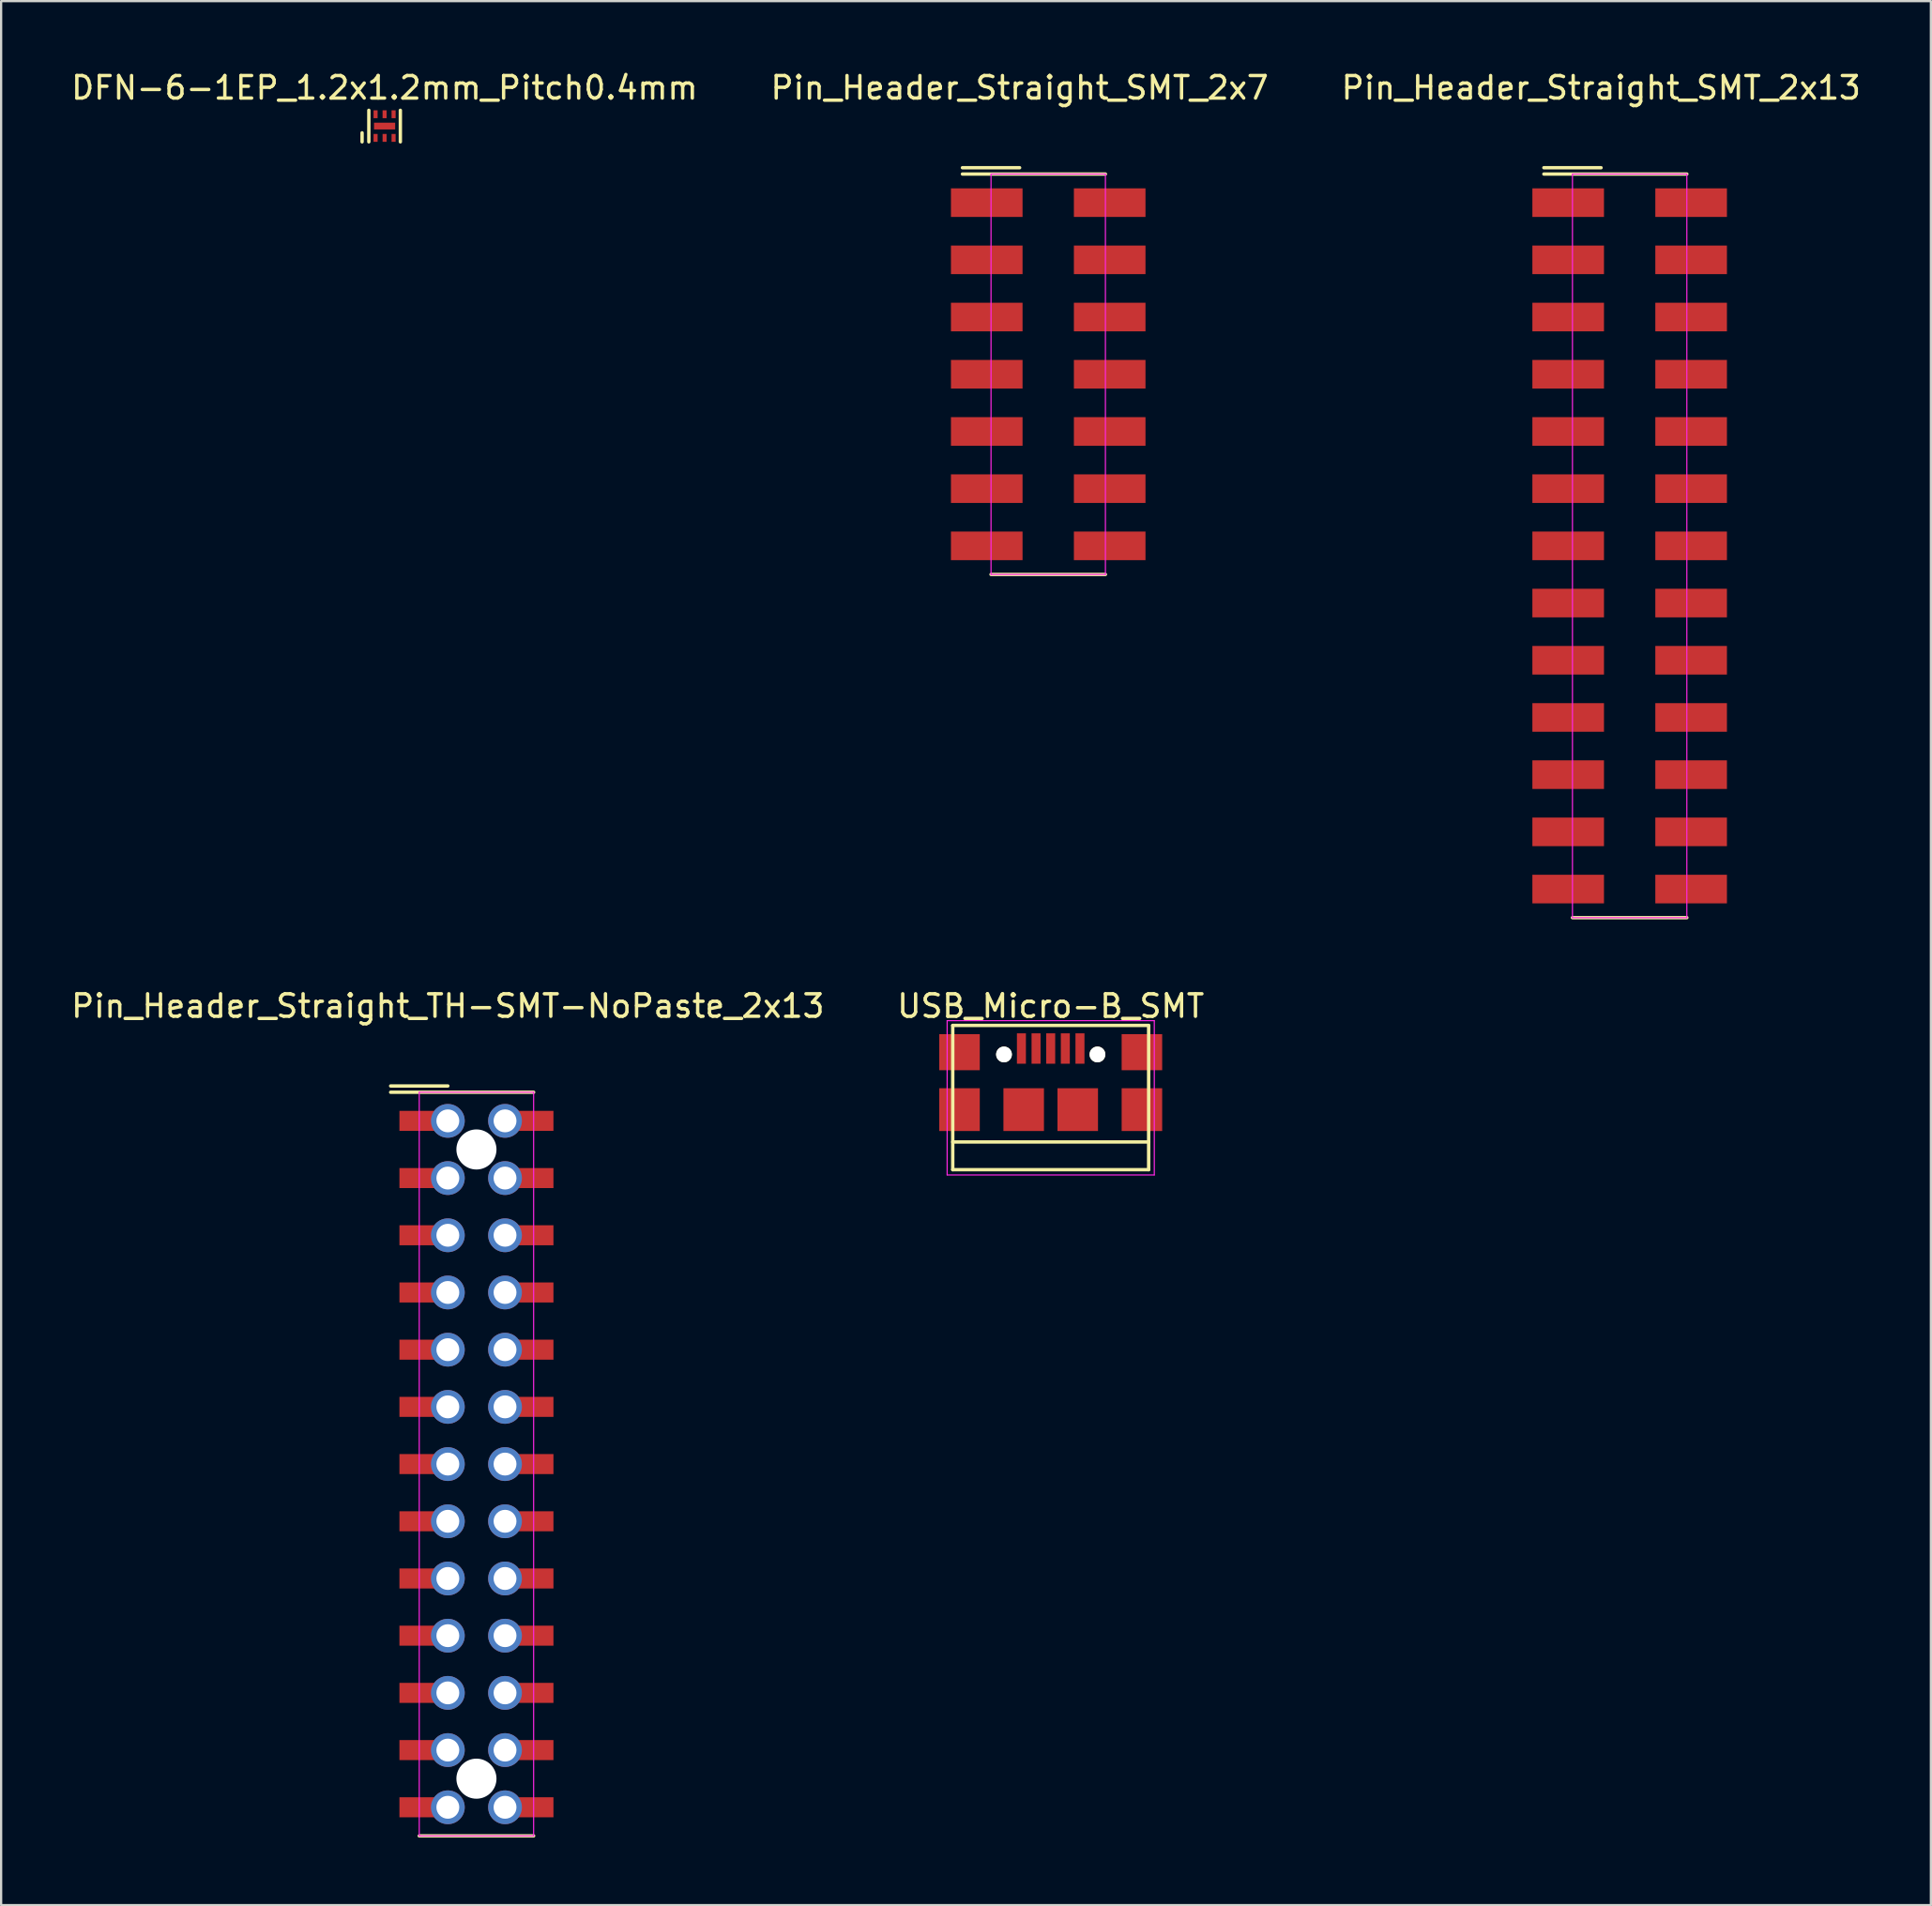
<source format=kicad_pcb>
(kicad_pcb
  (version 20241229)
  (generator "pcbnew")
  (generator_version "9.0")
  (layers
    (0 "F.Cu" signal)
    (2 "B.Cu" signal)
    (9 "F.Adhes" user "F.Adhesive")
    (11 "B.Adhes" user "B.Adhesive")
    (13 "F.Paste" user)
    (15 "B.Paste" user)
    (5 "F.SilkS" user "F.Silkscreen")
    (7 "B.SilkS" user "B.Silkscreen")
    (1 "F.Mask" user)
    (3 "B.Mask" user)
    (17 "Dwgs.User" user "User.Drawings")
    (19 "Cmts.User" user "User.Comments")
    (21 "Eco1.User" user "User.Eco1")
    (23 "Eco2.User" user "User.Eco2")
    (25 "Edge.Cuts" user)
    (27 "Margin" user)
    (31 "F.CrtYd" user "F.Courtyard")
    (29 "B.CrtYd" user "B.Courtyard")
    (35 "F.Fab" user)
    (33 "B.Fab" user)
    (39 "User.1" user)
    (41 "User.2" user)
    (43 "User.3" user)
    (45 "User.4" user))
  (footprint "DFN-6-1EP_1.2x1.2mm_Pitch0.4mm"
    (layer "F.Cu")
    (at 14.03 2.548)
    (property "Reference" "DFN-6-1EP_1.2x1.2mm_Pitch0.4mm" (at 0 -1.7 0) (layer "F.SilkS") (effects (font (size 1 1) (thickness 0.15))))
    (attr through_hole)
    (fp_line (start -1 0.7) (end -1 0.3) (stroke (width 0.15) (type solid)) (layer "F.SilkS"))
    (fp_line (start -0.7 -0.7) (end -0.7 0.7) (stroke (width 0.15) (type solid)) (layer "F.SilkS"))
    (fp_line (start 0.7 -0.7) (end 0.7 0.7) (stroke (width 0.15) (type solid)) (layer "F.SilkS"))
    (pad "1" smd rect (at -0.4 0.525) (size 0.18 0.35) (layers "F.Cu" "F.Mask" "F.Paste"))
    (pad "2" smd rect (at 0 0.525) (size 0.18 0.35) (layers "F.Cu" "F.Mask" "F.Paste"))
    (pad "3" smd rect (at 0.4 0.525) (size 0.18 0.35) (layers "F.Cu" "F.Mask" "F.Paste"))
    (pad "4" smd rect (at 0.4 -0.525) (size 0.18 0.35) (layers "F.Cu" "F.Mask" "F.Paste"))
    (pad "5" smd rect (at 0 -0.525) (size 0.18 0.35) (layers "F.Cu" "F.Mask" "F.Paste"))
    (pad "6" smd rect (at -0.4 -0.525) (size 0.18 0.35) (layers "F.Cu" "F.Mask" "F.Paste"))
    (pad "7" smd rect (at 0 0) (size 0.94 0.3) (layers "F.Cu" "F.Mask" "F.Paste")))
  (footprint "Pin_Header_Straight_SMT_2x13"
    (layer "F.Cu")
    (at 68.054 5.948)
    (property "Reference" "Pin_Header_Straight_SMT_2x13" (at 0 -5.1 0) (layer "F.SilkS") (effects (font (size 1 1) (thickness 0.15))))
    (attr through_hole)
    (fp_line (start 0 -1.55) (end -2.54 -1.55) (stroke (width 0.15) (type solid)) (layer "F.SilkS"))
    (fp_line (start 3.81 -1.27) (end -2.54 -1.27) (stroke (width 0.15) (type solid)) (layer "F.SilkS"))
    (fp_line (start 3.81 31.75) (end -1.27 31.75) (stroke (width 0.15) (type solid)) (layer "F.SilkS"))
    (fp_line (start -1.27 -1.27) (end -1.27 31.75) (stroke (width 0.05) (type solid)) (layer "F.CrtYd"))
    (fp_line (start -1.27 -1.27) (end 3.81 -1.27) (stroke (width 0.05) (type solid)) (layer "F.CrtYd"))
    (fp_line (start -1.27 31.75) (end 3.81 31.75) (stroke (width 0.05) (type solid)) (layer "F.CrtYd"))
    (fp_line (start 3.81 -1.27) (end 3.81 31.75) (stroke (width 0.05) (type solid)) (layer "F.CrtYd"))
    (pad "1" smd rect (at -1.46 0) (size 3.18 1.27) (layers "F.Cu" "F.Mask" "F.Paste"))
    (pad "2" smd rect (at 4 0) (size 3.18 1.27) (layers "F.Cu" "F.Mask" "F.Paste"))
    (pad "3" smd rect (at -1.46 2.54) (size 3.18 1.27) (layers "F.Cu" "F.Mask" "F.Paste"))
    (pad "4" smd rect (at 4 2.54) (size 3.18 1.27) (layers "F.Cu" "F.Mask" "F.Paste"))
    (pad "5" smd rect (at -1.46 5.08) (size 3.18 1.27) (layers "F.Cu" "F.Mask" "F.Paste"))
    (pad "6" smd rect (at 4 5.08) (size 3.18 1.27) (layers "F.Cu" "F.Mask" "F.Paste"))
    (pad "7" smd rect (at -1.46 7.62) (size 3.18 1.27) (layers "F.Cu" "F.Mask" "F.Paste"))
    (pad "8" smd rect (at 4 7.62) (size 3.18 1.27) (layers "F.Cu" "F.Mask" "F.Paste"))
    (pad "9" smd rect (at -1.46 10.16) (size 3.18 1.27) (layers "F.Cu" "F.Mask" "F.Paste"))
    (pad "10" smd rect (at 4 10.16) (size 3.18 1.27) (layers "F.Cu" "F.Mask" "F.Paste"))
    (pad "11" smd rect (at -1.46 12.7) (size 3.18 1.27) (layers "F.Cu" "F.Mask" "F.Paste"))
    (pad "12" smd rect (at 4 12.7) (size 3.18 1.27) (layers "F.Cu" "F.Mask" "F.Paste"))
    (pad "13" smd rect (at -1.46 15.24) (size 3.18 1.27) (layers "F.Cu" "F.Mask" "F.Paste"))
    (pad "14" smd rect (at 4 15.24) (size 3.18 1.27) (layers "F.Cu" "F.Mask" "F.Paste"))
    (pad "15" smd rect (at -1.46 17.78) (size 3.18 1.27) (layers "F.Cu" "F.Mask" "F.Paste"))
    (pad "16" smd rect (at 4 17.78) (size 3.18 1.27) (layers "F.Cu" "F.Mask" "F.Paste"))
    (pad "17" smd rect (at -1.46 20.32) (size 3.18 1.27) (layers "F.Cu" "F.Mask" "F.Paste"))
    (pad "18" smd rect (at 4 20.32) (size 3.18 1.27) (layers "F.Cu" "F.Mask" "F.Paste"))
    (pad "19" smd rect (at -1.46 22.86) (size 3.18 1.27) (layers "F.Cu" "F.Mask" "F.Paste"))
    (pad "20" smd rect (at 4 22.86) (size 3.18 1.27) (layers "F.Cu" "F.Mask" "F.Paste"))
    (pad "21" smd rect (at -1.46 25.4) (size 3.18 1.27) (layers "F.Cu" "F.Mask" "F.Paste"))
    (pad "22" smd rect (at 4 25.4) (size 3.18 1.27) (layers "F.Cu" "F.Mask" "F.Paste"))
    (pad "23" smd rect (at -1.46 27.94) (size 3.18 1.27) (layers "F.Cu" "F.Mask" "F.Paste"))
    (pad "24" smd rect (at 4 27.94) (size 3.18 1.27) (layers "F.Cu" "F.Mask" "F.Paste"))
    (pad "25" smd rect (at -1.46 30.48) (size 3.18 1.27) (layers "F.Cu" "F.Mask" "F.Paste"))
    (pad "26" smd rect (at 4 30.48) (size 3.18 1.27) (layers "F.Cu" "F.Mask" "F.Paste")))
  (footprint "Pin_Header_Straight_TH-SMT-NoPaste_2x13"
    (layer "F.Cu")
    (at 16.839 46.721)
    (property "Reference" "Pin_Header_Straight_TH-SMT-NoPaste_2x13" (at 0 -5.1 0) (layer "F.SilkS") (effects (font (size 1 1) (thickness 0.15))))
    (attr through_hole)
    (fp_line (start 0 -1.55) (end -2.54 -1.55) (stroke (width 0.15) (type solid)) (layer "F.SilkS"))
    (fp_line (start 3.81 -1.27) (end -2.54 -1.27) (stroke (width 0.15) (type solid)) (layer "F.SilkS"))
    (fp_line (start 3.81 31.75) (end -1.27 31.75) (stroke (width 0.15) (type solid)) (layer "F.SilkS"))
    (fp_line (start -1.27 -1.27) (end -1.27 31.75) (stroke (width 0.05) (type solid)) (layer "F.CrtYd"))
    (fp_line (start -1.27 -1.27) (end 3.81 -1.27) (stroke (width 0.05) (type solid)) (layer "F.CrtYd"))
    (fp_line (start -1.27 31.75) (end 3.81 31.75) (stroke (width 0.05) (type solid)) (layer "F.CrtYd"))
    (fp_line (start 3.81 -1.27) (end 3.81 31.75) (stroke (width 0.05) (type solid)) (layer "F.CrtYd"))
    (pad "" np_thru_hole circle (at 1.27 1.27) (size 1.78 1.78) (drill 1.78) (layers "*.Cu"))
    (pad "" np_thru_hole circle (at 1.27 29.21) (size 1.78 1.78) (drill 1.78) (layers "*.Cu"))
    (pad "1" smd rect (at -1.31 0) (size 1.68 0.889) (layers "F.Cu" "F.Mask"))
    (pad "1" thru_hole circle (at 0 0) (size 1.5 1.5) (drill 1.016) (layers "*.Cu" "*.Mask"))
    (pad "2" thru_hole circle (at 2.54 0) (size 1.5 1.5) (drill 1.016) (layers "*.Cu" "*.Mask"))
    (pad "2" smd rect (at 3.85 0) (size 1.68 0.889) (layers "F.Cu" "F.Mask"))
    (pad "3" smd rect (at -1.31 2.54) (size 1.68 0.889) (layers "F.Cu" "F.Mask"))
    (pad "3" thru_hole circle (at 0 2.54) (size 1.5 1.5) (drill 1.016) (layers "*.Cu" "*.Mask"))
    (pad "4" thru_hole circle (at 2.54 2.54) (size 1.5 1.5) (drill 1.016) (layers "*.Cu" "*.Mask"))
    (pad "4" smd rect (at 3.85 2.54) (size 1.68 0.889) (layers "F.Cu" "F.Mask"))
    (pad "5" smd rect (at -1.31 5.08) (size 1.68 0.889) (layers "F.Cu" "F.Mask"))
    (pad "5" thru_hole circle (at 0 5.08) (size 1.5 1.5) (drill 1.016) (layers "*.Cu" "*.Mask"))
    (pad "6" thru_hole circle (at 2.54 5.08) (size 1.5 1.5) (drill 1.016) (layers "*.Cu" "*.Mask"))
    (pad "6" smd rect (at 3.85 5.08) (size 1.68 0.889) (layers "F.Cu" "F.Mask"))
    (pad "7" smd rect (at -1.31 7.62) (size 1.68 0.889) (layers "F.Cu" "F.Mask"))
    (pad "7" thru_hole circle (at 0 7.62) (size 1.5 1.5) (drill 1.016) (layers "*.Cu" "*.Mask"))
    (pad "8" thru_hole circle (at 2.54 7.62) (size 1.5 1.5) (drill 1.016) (layers "*.Cu" "*.Mask"))
    (pad "8" smd rect (at 3.85 7.62) (size 1.68 0.889) (layers "F.Cu" "F.Mask"))
    (pad "9" smd rect (at -1.31 10.16) (size 1.68 0.889) (layers "F.Cu" "F.Mask"))
    (pad "9" thru_hole circle (at 0 10.16) (size 1.5 1.5) (drill 1.016) (layers "*.Cu" "*.Mask"))
    (pad "10" thru_hole circle (at 2.54 10.16) (size 1.5 1.5) (drill 1.016) (layers "*.Cu" "*.Mask"))
    (pad "10" smd rect (at 3.85 10.16) (size 1.68 0.889) (layers "F.Cu" "F.Mask"))
    (pad "11" smd rect (at -1.31 12.7) (size 1.68 0.889) (layers "F.Cu" "F.Mask"))
    (pad "11" thru_hole circle (at 0 12.7) (size 1.5 1.5) (drill 1.016) (layers "*.Cu" "*.Mask"))
    (pad "12" thru_hole circle (at 2.54 12.7) (size 1.5 1.5) (drill 1.016) (layers "*.Cu" "*.Mask"))
    (pad "12" smd rect (at 3.85 12.7) (size 1.68 0.889) (layers "F.Cu" "F.Mask"))
    (pad "13" smd rect (at -1.31 15.24) (size 1.68 0.889) (layers "F.Cu" "F.Mask"))
    (pad "13" thru_hole circle (at 0 15.24) (size 1.5 1.5) (drill 1.016) (layers "*.Cu" "*.Mask"))
    (pad "14" thru_hole circle (at 2.54 15.24) (size 1.5 1.5) (drill 1.016) (layers "*.Cu" "*.Mask"))
    (pad "14" smd rect (at 3.85 15.24) (size 1.68 0.889) (layers "F.Cu" "F.Mask"))
    (pad "15" smd rect (at -1.31 17.78) (size 1.68 0.889) (layers "F.Cu" "F.Mask"))
    (pad "15" thru_hole circle (at 0 17.78) (size 1.5 1.5) (drill 1.016) (layers "*.Cu" "*.Mask"))
    (pad "16" thru_hole circle (at 2.54 17.78) (size 1.5 1.5) (drill 1.016) (layers "*.Cu" "*.Mask"))
    (pad "16" smd rect (at 3.85 17.78) (size 1.68 0.889) (layers "F.Cu" "F.Mask"))
    (pad "17" smd rect (at -1.31 20.32) (size 1.68 0.889) (layers "F.Cu" "F.Mask"))
    (pad "17" thru_hole circle (at 0 20.32) (size 1.5 1.5) (drill 1.016) (layers "*.Cu" "*.Mask"))
    (pad "18" thru_hole circle (at 2.54 20.32) (size 1.5 1.5) (drill 1.016) (layers "*.Cu" "*.Mask"))
    (pad "18" smd rect (at 3.85 20.32) (size 1.68 0.889) (layers "F.Cu" "F.Mask"))
    (pad "19" smd rect (at -1.31 22.86) (size 1.68 0.889) (layers "F.Cu" "F.Mask"))
    (pad "19" thru_hole circle (at 0 22.86) (size 1.5 1.5) (drill 1.016) (layers "*.Cu" "*.Mask"))
    (pad "20" thru_hole circle (at 2.54 22.86) (size 1.5 1.5) (drill 1.016) (layers "*.Cu" "*.Mask"))
    (pad "20" smd rect (at 3.85 22.86) (size 1.68 0.889) (layers "F.Cu" "F.Mask"))
    (pad "21" smd rect (at -1.31 25.4) (size 1.68 0.889) (layers "F.Cu" "F.Mask"))
    (pad "21" thru_hole circle (at 0 25.4) (size 1.5 1.5) (drill 1.016) (layers "*.Cu" "*.Mask"))
    (pad "22" thru_hole circle (at 2.54 25.4) (size 1.5 1.5) (drill 1.016) (layers "*.Cu" "*.Mask"))
    (pad "22" smd rect (at 3.85 25.4) (size 1.68 0.889) (layers "F.Cu" "F.Mask"))
    (pad "23" smd rect (at -1.31 27.94) (size 1.68 0.889) (layers "F.Cu" "F.Mask"))
    (pad "23" thru_hole circle (at 0 27.94) (size 1.5 1.5) (drill 1.016) (layers "*.Cu" "*.Mask"))
    (pad "24" thru_hole circle (at 2.54 27.94) (size 1.5 1.5) (drill 1.016) (layers "*.Cu" "*.Mask"))
    (pad "24" smd rect (at 3.85 27.94) (size 1.68 0.889) (layers "F.Cu" "F.Mask"))
    (pad "25" smd rect (at -1.31 30.48) (size 1.68 0.889) (layers "F.Cu" "F.Mask"))
    (pad "25" thru_hole circle (at 0 30.48) (size 1.5 1.5) (drill 1.016) (layers "*.Cu" "*.Mask"))
    (pad "26" thru_hole circle (at 2.54 30.48) (size 1.5 1.5) (drill 1.016) (layers "*.Cu" "*.Mask"))
    (pad "26" smd rect (at 3.85 30.48) (size 1.68 0.889) (layers "F.Cu" "F.Mask")))
  (footprint "Pin_Header_Straight_SMT_2x7"
    (layer "F.Cu")
    (at 42.232 5.948)
    (property "Reference" "Pin_Header_Straight_SMT_2x7" (at 0 -5.1 0) (layer "F.SilkS") (effects (font (size 1 1) (thickness 0.15))))
    (attr through_hole)
    (fp_line (start 0 -1.55) (end -2.54 -1.55) (stroke (width 0.15) (type solid)) (layer "F.SilkS"))
    (fp_line (start 3.81 -1.27) (end -2.54 -1.27) (stroke (width 0.15) (type solid)) (layer "F.SilkS"))
    (fp_line (start 3.81 16.51) (end -1.27 16.51) (stroke (width 0.15) (type solid)) (layer "F.SilkS"))
    (fp_line (start -1.27 -1.27) (end -1.27 16.51) (stroke (width 0.05) (type solid)) (layer "F.CrtYd"))
    (fp_line (start -1.27 -1.27) (end 3.81 -1.27) (stroke (width 0.05) (type solid)) (layer "F.CrtYd"))
    (fp_line (start -1.27 16.51) (end 3.81 16.51) (stroke (width 0.05) (type solid)) (layer "F.CrtYd"))
    (fp_line (start 3.81 -1.27) (end 3.81 16.51) (stroke (width 0.05) (type solid)) (layer "F.CrtYd"))
    (pad "1" smd rect (at -1.46 0) (size 3.18 1.27) (layers "F.Cu" "F.Mask" "F.Paste"))
    (pad "2" smd rect (at 4 0) (size 3.18 1.27) (layers "F.Cu" "F.Mask" "F.Paste"))
    (pad "3" smd rect (at -1.46 2.54) (size 3.18 1.27) (layers "F.Cu" "F.Mask" "F.Paste"))
    (pad "4" smd rect (at 4 2.54) (size 3.18 1.27) (layers "F.Cu" "F.Mask" "F.Paste"))
    (pad "5" smd rect (at -1.46 5.08) (size 3.18 1.27) (layers "F.Cu" "F.Mask" "F.Paste"))
    (pad "6" smd rect (at 4 5.08) (size 3.18 1.27) (layers "F.Cu" "F.Mask" "F.Paste"))
    (pad "7" smd rect (at -1.46 7.62) (size 3.18 1.27) (layers "F.Cu" "F.Mask" "F.Paste"))
    (pad "8" smd rect (at 4 7.62) (size 3.18 1.27) (layers "F.Cu" "F.Mask" "F.Paste"))
    (pad "9" smd rect (at -1.46 10.16) (size 3.18 1.27) (layers "F.Cu" "F.Mask" "F.Paste"))
    (pad "10" smd rect (at 4 10.16) (size 3.18 1.27) (layers "F.Cu" "F.Mask" "F.Paste"))
    (pad "11" smd rect (at -1.46 12.7) (size 3.18 1.27) (layers "F.Cu" "F.Mask" "F.Paste"))
    (pad "12" smd rect (at 4 12.7) (size 3.18 1.27) (layers "F.Cu" "F.Mask" "F.Paste"))
    (pad "13" smd rect (at -1.46 15.24) (size 3.18 1.27) (layers "F.Cu" "F.Mask" "F.Paste"))
    (pad "14" smd rect (at 4 15.24) (size 3.18 1.27) (layers "F.Cu" "F.Mask" "F.Paste")))
  (footprint "USB_Micro-B_SMT"
    (layer "F.Cu")
    (at 43.613 45.072)
    (property "Reference" "USB_Micro-B_SMT" (at 0 -3.45 0) (layer "F.SilkS") (effects (font (size 1 1) (thickness 0.15))))
    (attr smd)
    (fp_line (start -4.351 -2.588) (end 4.349 -2.588) (stroke (width 0.15) (type solid)) (layer "F.SilkS"))
    (fp_line (start -4.351 3.817) (end -4.351 -2.588) (stroke (width 0.15) (type solid)) (layer "F.SilkS"))
    (fp_line (start -4.351 3.817) (end 4.349 3.817) (stroke (width 0.15) (type solid)) (layer "F.SilkS"))
    (fp_line (start 4.349 -2.588) (end 4.349 3.817) (stroke (width 0.15) (type solid)) (layer "F.SilkS"))
    (fp_line (start 4.349 2.587) (end -4.351 2.587) (stroke (width 0.15) (type solid)) (layer "F.SilkS"))
    (fp_line (start -4.6 -2.8) (end 4.6 -2.8) (stroke (width 0.05) (type solid)) (layer "F.CrtYd"))
    (fp_line (start -4.6 4.05) (end -4.6 -2.8) (stroke (width 0.05) (type solid)) (layer "F.CrtYd"))
    (fp_line (start 4.6 -2.8) (end 4.6 4.05) (stroke (width 0.05) (type solid)) (layer "F.CrtYd"))
    (fp_line (start 4.6 4.05) (end -4.6 4.05) (stroke (width 0.05) (type solid)) (layer "F.CrtYd"))
    (pad "" np_thru_hole circle (at -2.075 -1.3 90) (size 0.7 0.7) (drill 0.7) (layers "*.Cu" "*.Mask" "F.SilkS"))
    (pad "" np_thru_hole circle (at 2.075 -1.3) (size 0.7 0.7) (drill 0.7) (layers "*.Cu" "*.Mask" "F.SilkS"))
    (pad "1" smd rect (at -1.301 -1.563 90) (size 1.35 0.4) (layers "F.Cu" "F.Mask" "F.Paste"))
    (pad "2" smd rect (at -0.651 -1.563 90) (size 1.35 0.4) (layers "F.Cu" "F.Mask" "F.Paste"))
    (pad "3" smd rect (at -0.001 -1.563 90) (size 1.35 0.4) (layers "F.Cu" "F.Mask" "F.Paste"))
    (pad "4" smd rect (at 0.649 -1.563 90) (size 1.35 0.4) (layers "F.Cu" "F.Mask" "F.Paste"))
    (pad "5" smd rect (at 1.299 -1.563 90) (size 1.35 0.4) (layers "F.Cu" "F.Mask" "F.Paste"))
    (pad "6" smd rect (at -4.05 -1.4) (size 1.8 1.6) (layers "F.Cu" "F.Mask" "F.Paste"))
    (pad "6" smd rect (at -4.05 1.15) (size 1.8 1.9) (layers "F.Cu" "F.Mask" "F.Paste"))
    (pad "6" smd rect (at -1.2 1.15) (size 1.8 1.9) (layers "F.Cu" "F.Mask" "F.Paste"))
    (pad "6" smd rect (at 1.2 1.15) (size 1.8 1.9) (layers "F.Cu" "F.Mask" "F.Paste"))
    (pad "6" smd rect (at 4.05 -1.4) (size 1.8 1.6) (layers "F.Cu" "F.Mask" "F.Paste"))
    (pad "6" smd rect (at 4.05 1.15) (size 1.8 1.9) (layers "F.Cu" "F.Mask" "F.Paste")))
  (gr_rect
    (start -3 -3)
    (end 82.702 81.546)
    (stroke (width 0.1) (type default))
    (fill no)
    (layer "Edge.Cuts")))
</source>
